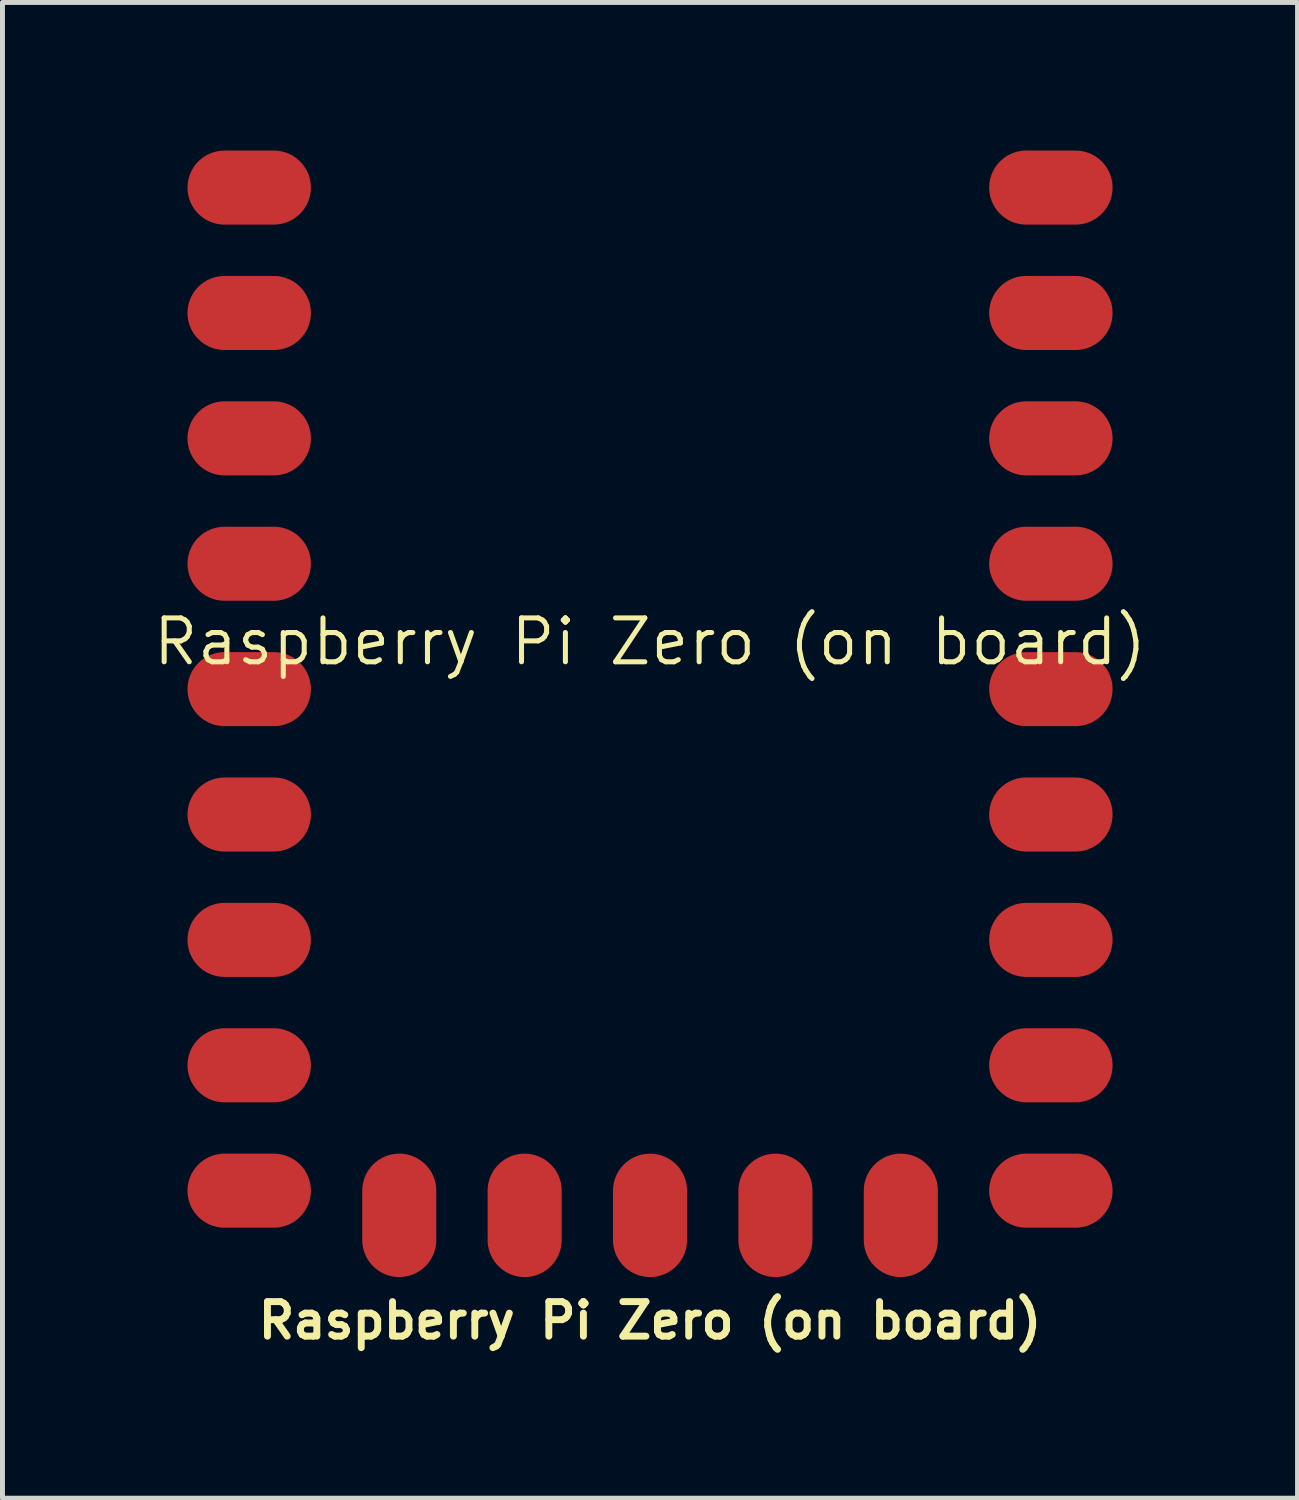
<source format=kicad_pcb>
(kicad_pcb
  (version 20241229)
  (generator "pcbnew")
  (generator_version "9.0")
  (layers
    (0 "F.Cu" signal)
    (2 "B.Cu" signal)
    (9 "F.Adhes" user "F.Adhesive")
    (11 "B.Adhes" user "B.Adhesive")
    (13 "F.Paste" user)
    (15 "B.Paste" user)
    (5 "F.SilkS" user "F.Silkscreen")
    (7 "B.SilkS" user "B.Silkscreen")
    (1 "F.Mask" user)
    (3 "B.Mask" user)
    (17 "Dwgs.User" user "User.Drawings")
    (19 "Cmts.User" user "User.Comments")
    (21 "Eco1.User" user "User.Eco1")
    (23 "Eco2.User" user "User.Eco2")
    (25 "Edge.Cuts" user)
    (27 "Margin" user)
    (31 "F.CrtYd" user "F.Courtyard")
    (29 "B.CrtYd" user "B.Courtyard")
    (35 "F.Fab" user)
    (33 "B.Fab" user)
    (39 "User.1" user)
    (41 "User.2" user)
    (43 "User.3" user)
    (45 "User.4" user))
  (footprint "Raspberry Pi Zero (on board)"
    (layer "F.Cu")
    (at 10.118 10.91)
    (property "Reference" "Raspberry Pi Zero (on board)" (at 0 -0.96 0) (layer "F.SilkS") (effects (font (size 0.889 0.889) (thickness 0.102))))
    (attr through_hole exclude_from_pos_files)
    (fp_text user "${REFERENCE}" (at 0 13.2 0) (unlocked yes) (layer "F.SilkS") (effects (font (size 0.7 0.7) (thickness 0.14) (bold yes)) (justify bottom)))
    (pad "1" smd oval (at 8.12 -10.16) (size 2.5 1.5) (layers "F.Cu" "F.Mask" "F.Paste"))
    (pad "2" smd oval (at 8.12 -7.62) (size 2.5 1.5) (layers "F.Cu" "F.Mask" "F.Paste"))
    (pad "3" smd oval (at 8.12 -5.08) (size 2.5 1.5) (layers "F.Cu" "F.Mask" "F.Paste"))
    (pad "4" smd oval (at 8.12 -2.54) (size 2.5 1.5) (layers "F.Cu" "F.Mask" "F.Paste"))
    (pad "5" smd oval (at 8.12 0) (size 2.5 1.5) (layers "F.Cu" "F.Mask" "F.Paste"))
    (pad "6" smd oval (at 8.12 2.54) (size 2.5 1.5) (layers "F.Cu" "F.Mask" "F.Paste"))
    (pad "7" smd oval (at 8.12 5.08) (size 2.5 1.5) (layers "F.Cu" "F.Mask" "F.Paste"))
    (pad "8" smd oval (at 8.12 7.62) (size 2.5 1.5) (layers "F.Cu" "F.Mask" "F.Paste"))
    (pad "9" smd oval (at 8.12 10.16) (size 2.5 1.5) (layers "F.Cu" "F.Mask" "F.Paste"))
    (pad "10" smd oval (at 5.08 10.66 90) (size 2.5 1.5) (layers "F.Cu" "F.Mask" "F.Paste"))
    (pad "11" smd oval (at 2.54 10.66 90) (size 2.5 1.5) (layers "F.Cu" "F.Mask" "F.Paste"))
    (pad "12" smd oval (at 0 10.66 90) (size 2.5 1.5) (layers "F.Cu" "F.Mask" "F.Paste"))
    (pad "13" smd oval (at -2.54 10.66 90) (size 2.5 1.5) (layers "F.Cu" "F.Mask" "F.Paste"))
    (pad "14" smd oval (at -5.08 10.66 90) (size 2.5 1.5) (layers "F.Cu" "F.Mask" "F.Paste"))
    (pad "15" smd oval (at -8.12 10.16) (size 2.5 1.5) (layers "F.Cu" "F.Mask" "F.Paste"))
    (pad "16" smd oval (at -8.12 7.62) (size 2.5 1.5) (layers "F.Cu" "F.Mask" "F.Paste"))
    (pad "17" smd oval (at -8.12 5.08) (size 2.5 1.5) (layers "F.Cu" "F.Mask" "F.Paste"))
    (pad "18" smd oval (at -8.12 2.54) (size 2.5 1.5) (layers "F.Cu" "F.Mask" "F.Paste"))
    (pad "19" smd oval (at -8.12 0) (size 2.5 1.5) (layers "F.Cu" "F.Mask" "F.Paste"))
    (pad "20" smd oval (at -8.12 -2.54) (size 2.5 1.5) (layers "F.Cu" "F.Mask" "F.Paste"))
    (pad "21" smd oval (at -8.12 -5.08) (size 2.5 1.5) (layers "F.Cu" "F.Mask" "F.Paste"))
    (pad "22" smd oval (at -8.12 -7.62) (size 2.5 1.5) (layers "F.Cu" "F.Mask" "F.Paste"))
    (pad "23" smd oval (at -8.12 -10.16) (size 2.5 1.5) (layers "F.Cu" "F.Mask" "F.Paste")))
  (gr_rect
    (start -3 -3)
    (end 23.235 27.3)
    (stroke (width 0.1) (type default))
    (fill no)
    (layer "Edge.Cuts")))
</source>
